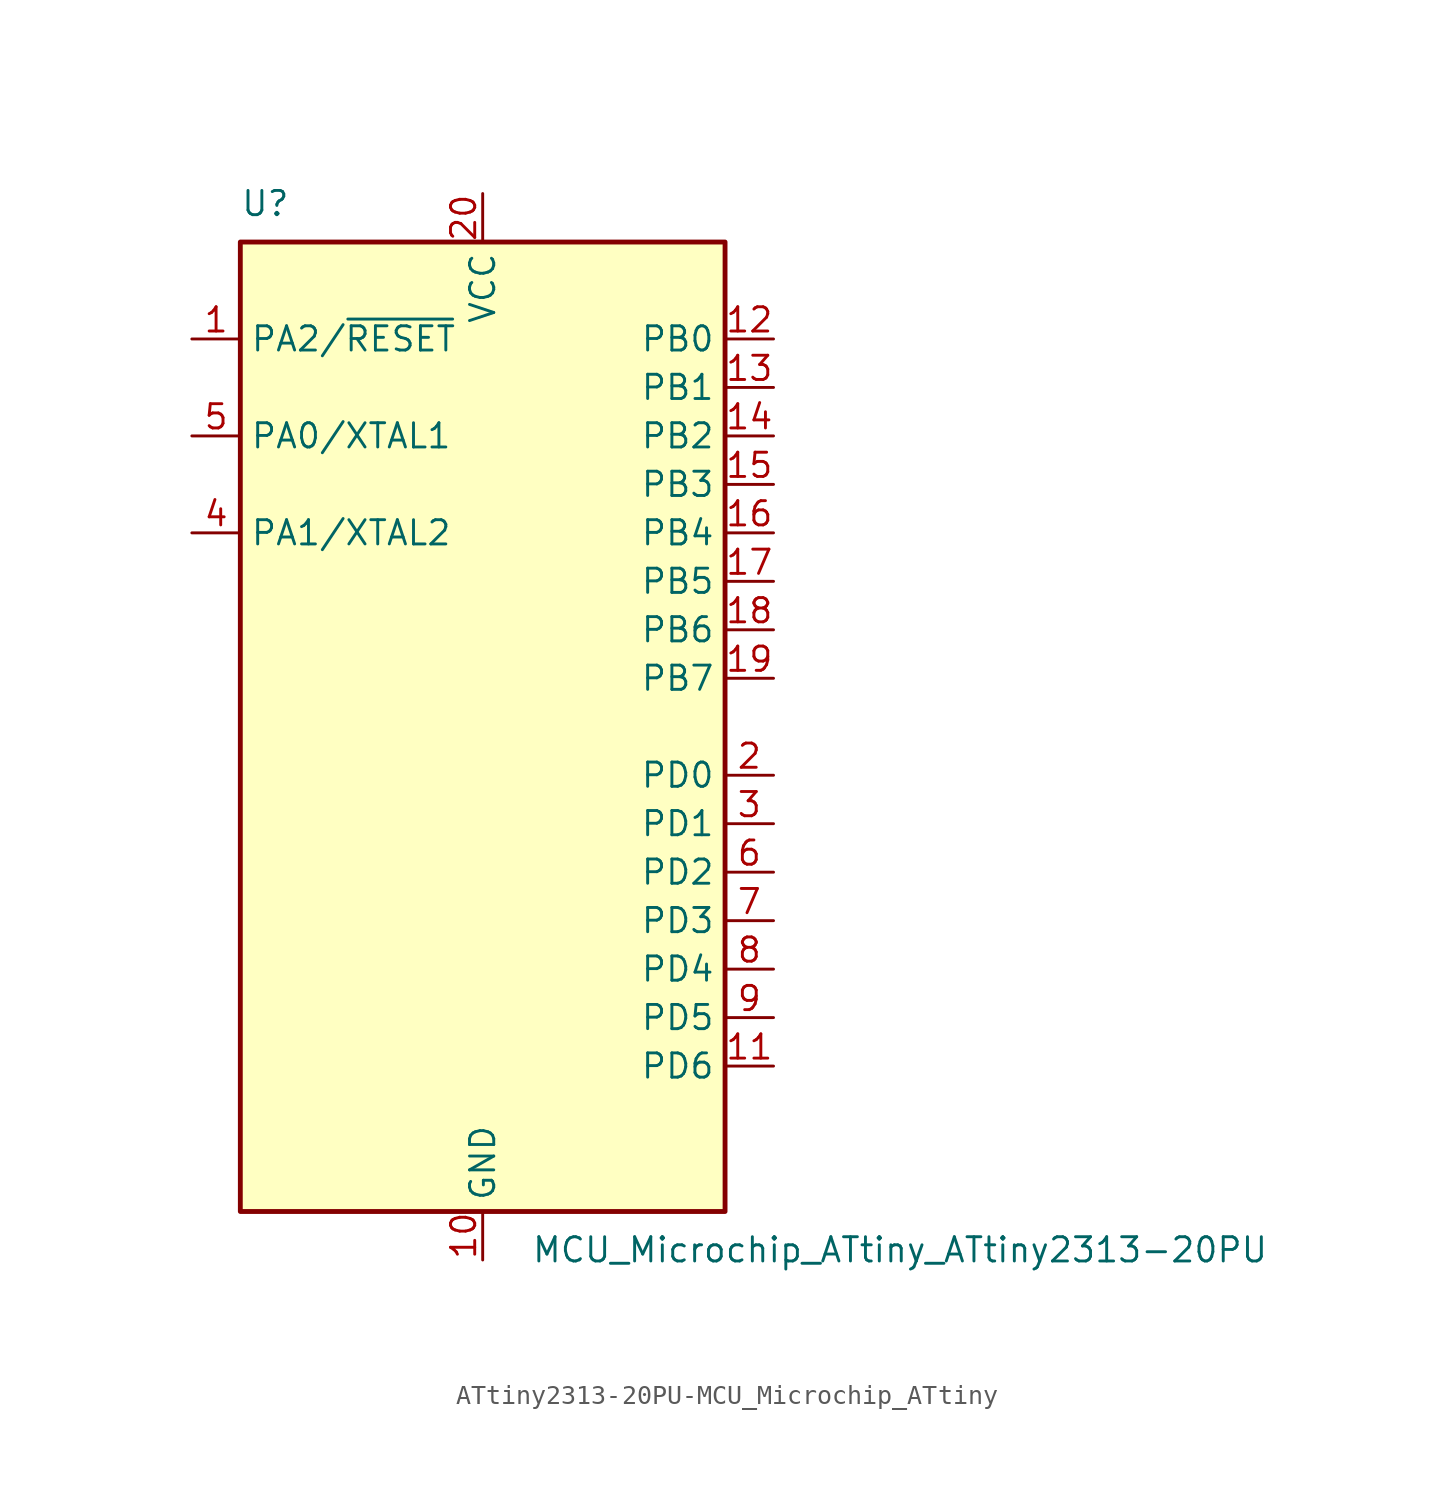
<source format=kicad_sym>
(kicad_symbol_lib
  (version 20220914)
  (generator kicad_symbol_editor)
  (symbol "ATtiny2313-20PU-MCU_Microchip_ATtiny"
    (property "Reference" "U"
      (at -12.7 26.67 0)
      (effects (font (size 1.27 1.27)) (justify left bottom)))
    (property "Value" "MCU_Microchip_ATtiny_ATtiny2313-20PU"
      (at 2.54 -26.67 0)
      (effects (font (size 1.27 1.27)) (justify left top)))
    (symbol "ATtiny2313-20PU-MCU_Microchip_ATtiny_0_1"
      (rectangle (start -12.7 -25.4) (end 12.7 25.4) (stroke (width 0.254) (type solid)) (fill (type background))))
    (symbol "ATtiny2313-20PU-MCU_Microchip_ATtiny_1_1"
      (pin bidirectional line (at -15.24 20.32 0) (length 2.54) (name "PA2/~{RESET}" (effects (font (size 1.27 1.27)))) (number "1" (effects (font (size 1.27 1.27)))))
      (pin power_in line (at 0 -27.94 90) (length 2.54) (name "GND" (effects (font (size 1.27 1.27)))) (number "10" (effects (font (size 1.27 1.27)))))
      (pin bidirectional line (at 15.24 -17.78 180) (length 2.54) (name "PD6" (effects (font (size 1.27 1.27)))) (number "11" (effects (font (size 1.27 1.27)))))
      (pin bidirectional line (at 15.24 20.32 180) (length 2.54) (name "PB0" (effects (font (size 1.27 1.27)))) (number "12" (effects (font (size 1.27 1.27)))))
      (pin bidirectional line (at 15.24 17.78 180) (length 2.54) (name "PB1" (effects (font (size 1.27 1.27)))) (number "13" (effects (font (size 1.27 1.27)))))
      (pin bidirectional line (at 15.24 15.24 180) (length 2.54) (name "PB2" (effects (font (size 1.27 1.27)))) (number "14" (effects (font (size 1.27 1.27)))))
      (pin bidirectional line (at 15.24 12.7 180) (length 2.54) (name "PB3" (effects (font (size 1.27 1.27)))) (number "15" (effects (font (size 1.27 1.27)))))
      (pin bidirectional line (at 15.24 10.16 180) (length 2.54) (name "PB4" (effects (font (size 1.27 1.27)))) (number "16" (effects (font (size 1.27 1.27)))))
      (pin bidirectional line (at 15.24 7.62 180) (length 2.54) (name "PB5" (effects (font (size 1.27 1.27)))) (number "17" (effects (font (size 1.27 1.27)))))
      (pin bidirectional line (at 15.24 5.08 180) (length 2.54) (name "PB6" (effects (font (size 1.27 1.27)))) (number "18" (effects (font (size 1.27 1.27)))))
      (pin bidirectional line (at 15.24 2.54 180) (length 2.54) (name "PB7" (effects (font (size 1.27 1.27)))) (number "19" (effects (font (size 1.27 1.27)))))
      (pin bidirectional line (at 15.24 -2.54 180) (length 2.54) (name "PD0" (effects (font (size 1.27 1.27)))) (number "2" (effects (font (size 1.27 1.27)))))
      (pin power_in line (at 0 27.94 270) (length 2.54) (name "VCC" (effects (font (size 1.27 1.27)))) (number "20" (effects (font (size 1.27 1.27)))))
      (pin bidirectional line (at 15.24 -5.08 180) (length 2.54) (name "PD1" (effects (font (size 1.27 1.27)))) (number "3" (effects (font (size 1.27 1.27)))))
      (pin bidirectional line (at -15.24 10.16 0) (length 2.54) (name "PA1/XTAL2" (effects (font (size 1.27 1.27)))) (number "4" (effects (font (size 1.27 1.27)))))
      (pin bidirectional line (at -15.24 15.24 0) (length 2.54) (name "PA0/XTAL1" (effects (font (size 1.27 1.27)))) (number "5" (effects (font (size 1.27 1.27)))))
      (pin bidirectional line (at 15.24 -7.62 180) (length 2.54) (name "PD2" (effects (font (size 1.27 1.27)))) (number "6" (effects (font (size 1.27 1.27)))))
      (pin bidirectional line (at 15.24 -10.16 180) (length 2.54) (name "PD3" (effects (font (size 1.27 1.27)))) (number "7" (effects (font (size 1.27 1.27)))))
      (pin bidirectional line (at 15.24 -12.7 180) (length 2.54) (name "PD4" (effects (font (size 1.27 1.27)))) (number "8" (effects (font (size 1.27 1.27)))))
      (pin bidirectional line (at 15.24 -15.24 180) (length 2.54) (name "PD5" (effects (font (size 1.27 1.27)))) (number "9" (effects (font (size 1.27 1.27))))))))
</source>
